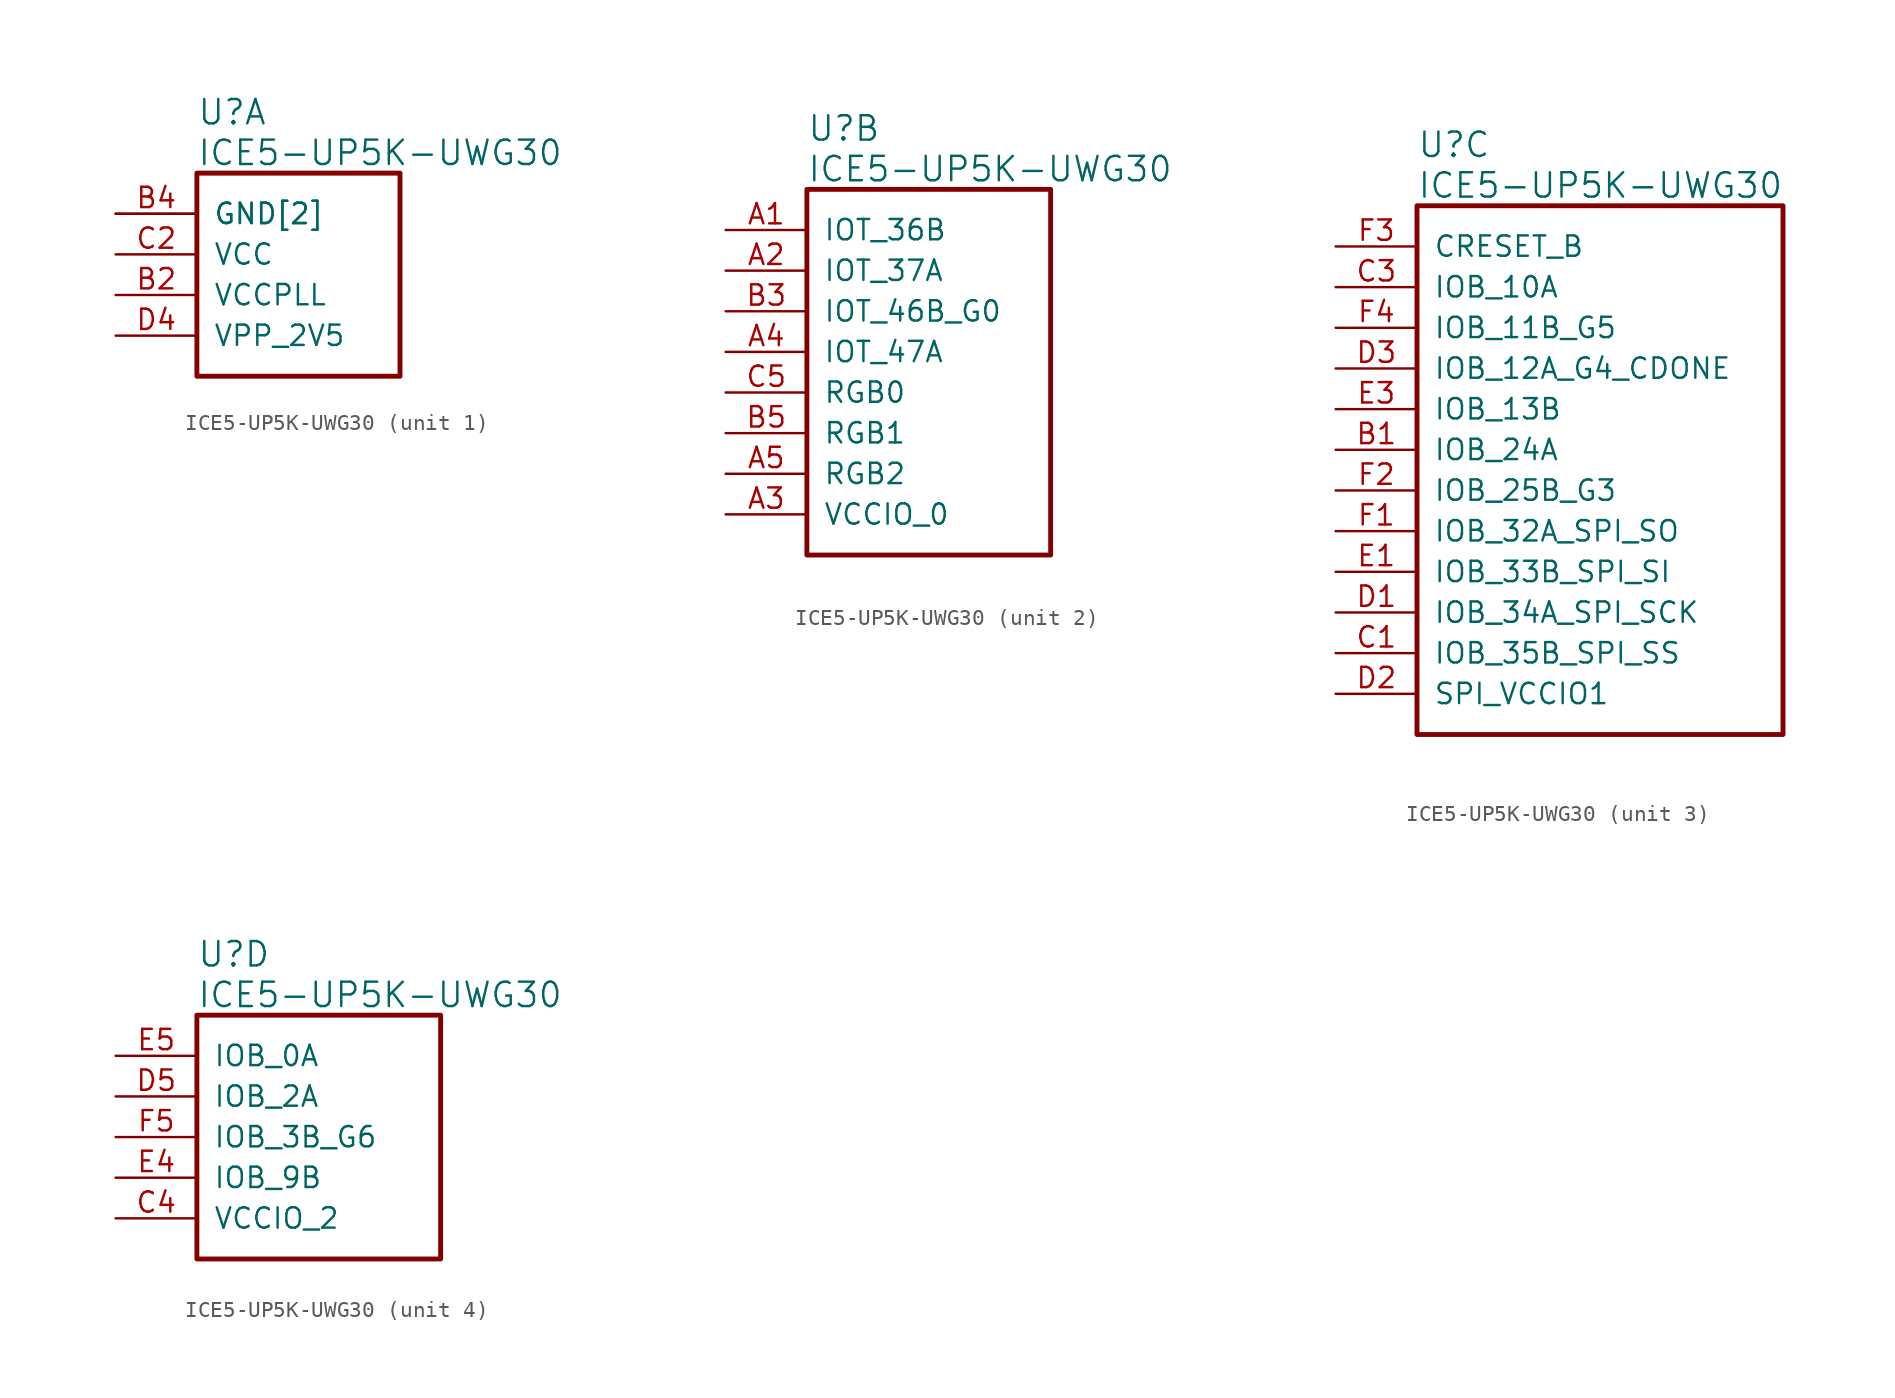
<source format=kicad_sym>
(kicad_symbol_lib
  (version 20241209)
  (generator "kicad_symbol_editor")
  (generator_version "9.0")
  (symbol "ICE5-UP5K-UWG30"
    (pin_names
      (offset 1.016))
    (property "Reference" "U"
      (at 5.08 6.35 0)
      (effects (font (size 1.524 1.524)) (justify left)))
    (property "Value" "ICE5-UP5K-UWG30"
      (at 5.08 3.81 0)
      (effects (font (size 1.524 1.524)) (justify left)))
    (property "ki_locked" ""
      (at 0 0 0)
      (effects (font (size 1.27 1.27))))
    (symbol "ICE5-UP5K-UWG30_1_1"
      (rectangle (start 5.08 2.54) (end 17.78 -10.16) (stroke (width 0.305) (type solid)) (fill (type none)))
      (pin power_in line (at 0 0 0) (length 5.08) (name "GND[2]" (effects (font (size 1.27 1.27)))) (number "B4" (effects (font (size 1.27 1.27)))))
      (pin power_in line (at 0 0 0) (length 5.08) (name "GND[2]" (effects (font (size 1.27 1.27)))) (number "E2" (effects (font (size 0 0)))))
      (pin power_in line (at 0 -2.54 0) (length 5.08) (name "VCC" (effects (font (size 1.27 1.27)))) (number "C2" (effects (font (size 1.27 1.27)))))
      (pin power_in line (at 0 -5.08 0) (length 5.08) (name "VCCPLL" (effects (font (size 1.27 1.27)))) (number "B2" (effects (font (size 1.27 1.27)))))
      (pin power_in line (at 0 -7.62 0) (length 5.08) (name "VPP_2V5" (effects (font (size 1.27 1.27)))) (number "D4" (effects (font (size 1.27 1.27))))))
    (symbol "ICE5-UP5K-UWG30_2_1"
      (rectangle (start 5.08 2.54) (end 20.32 -20.32) (stroke (width 0.305) (type solid)) (fill (type none)))
      (pin bidirectional line (at 0 0 0) (length 5.08) (name "IOT_36B" (effects (font (size 1.27 1.27)))) (number "A1" (effects (font (size 1.27 1.27)))))
      (pin bidirectional line (at 0 -2.54 0) (length 5.08) (name "IOT_37A" (effects (font (size 1.27 1.27)))) (number "A2" (effects (font (size 1.27 1.27)))))
      (pin bidirectional line (at 0 -5.08 0) (length 5.08) (name "IOT_46B_G0" (effects (font (size 1.27 1.27)))) (number "B3" (effects (font (size 1.27 1.27)))))
      (pin bidirectional line (at 0 -7.62 0) (length 5.08) (name "IOT_47A" (effects (font (size 1.27 1.27)))) (number "A4" (effects (font (size 1.27 1.27)))))
      (pin bidirectional line (at 0 -10.16 0) (length 5.08) (name "RGB0" (effects (font (size 1.27 1.27)))) (number "C5" (effects (font (size 1.27 1.27)))))
      (pin bidirectional line (at 0 -12.7 0) (length 5.08) (name "RGB1" (effects (font (size 1.27 1.27)))) (number "B5" (effects (font (size 1.27 1.27)))))
      (pin bidirectional line (at 0 -15.24 0) (length 5.08) (name "RGB2" (effects (font (size 1.27 1.27)))) (number "A5" (effects (font (size 1.27 1.27)))))
      (pin power_in line (at 0 -17.78 0) (length 5.08) (name "VCCIO_0" (effects (font (size 1.27 1.27)))) (number "A3" (effects (font (size 1.27 1.27))))))
    (symbol "ICE5-UP5K-UWG30_3_1"
      (rectangle (start 5.08 2.54) (end 27.94 -30.48) (stroke (width 0.305) (type solid)) (fill (type none)))
      (pin input line (at 0 0 0) (length 5.08) (name "CRESET_B" (effects (font (size 1.27 1.27)))) (number "F3" (effects (font (size 1.27 1.27)))))
      (pin bidirectional line (at 0 -2.54 0) (length 5.08) (name "IOB_10A" (effects (font (size 1.27 1.27)))) (number "C3" (effects (font (size 1.27 1.27)))))
      (pin bidirectional line (at 0 -5.08 0) (length 5.08) (name "IOB_11B_G5" (effects (font (size 1.27 1.27)))) (number "F4" (effects (font (size 1.27 1.27)))))
      (pin bidirectional line (at 0 -7.62 0) (length 5.08) (name "IOB_12A_G4_CDONE" (effects (font (size 1.27 1.27)))) (number "D3" (effects (font (size 1.27 1.27)))))
      (pin bidirectional line (at 0 -10.16 0) (length 5.08) (name "IOB_13B" (effects (font (size 1.27 1.27)))) (number "E3" (effects (font (size 1.27 1.27)))))
      (pin bidirectional line (at 0 -12.7 0) (length 5.08) (name "IOB_24A" (effects (font (size 1.27 1.27)))) (number "B1" (effects (font (size 1.27 1.27)))))
      (pin bidirectional line (at 0 -15.24 0) (length 5.08) (name "IOB_25B_G3" (effects (font (size 1.27 1.27)))) (number "F2" (effects (font (size 1.27 1.27)))))
      (pin bidirectional line (at 0 -17.78 0) (length 5.08) (name "IOB_32A_SPI_SO" (effects (font (size 1.27 1.27)))) (number "F1" (effects (font (size 1.27 1.27)))))
      (pin bidirectional line (at 0 -20.32 0) (length 5.08) (name "IOB_33B_SPI_SI" (effects (font (size 1.27 1.27)))) (number "E1" (effects (font (size 1.27 1.27)))))
      (pin bidirectional line (at 0 -22.86 0) (length 5.08) (name "IOB_34A_SPI_SCK" (effects (font (size 1.27 1.27)))) (number "D1" (effects (font (size 1.27 1.27)))))
      (pin bidirectional line (at 0 -25.4 0) (length 5.08) (name "IOB_35B_SPI_SS" (effects (font (size 1.27 1.27)))) (number "C1" (effects (font (size 1.27 1.27)))))
      (pin power_in line (at 0 -27.94 0) (length 5.08) (name "SPI_VCCIO1" (effects (font (size 1.27 1.27)))) (number "D2" (effects (font (size 1.27 1.27))))))
    (symbol "ICE5-UP5K-UWG30_4_1"
      (rectangle (start 5.08 2.54) (end 20.32 -12.7) (stroke (width 0.305) (type solid)) (fill (type none)))
      (pin bidirectional line (at 0 0 0) (length 5.08) (name "IOB_0A" (effects (font (size 1.27 1.27)))) (number "E5" (effects (font (size 1.27 1.27)))))
      (pin bidirectional line (at 0 -2.54 0) (length 5.08) (name "IOB_2A" (effects (font (size 1.27 1.27)))) (number "D5" (effects (font (size 1.27 1.27)))))
      (pin bidirectional line (at 0 -5.08 0) (length 5.08) (name "IOB_3B_G6" (effects (font (size 1.27 1.27)))) (number "F5" (effects (font (size 1.27 1.27)))))
      (pin bidirectional line (at 0 -7.62 0) (length 5.08) (name "IOB_9B" (effects (font (size 1.27 1.27)))) (number "E4" (effects (font (size 1.27 1.27)))))
      (pin power_in line (at 0 -10.16 0) (length 5.08) (name "VCCIO_2" (effects (font (size 1.27 1.27)))) (number "C4" (effects (font (size 1.27 1.27))))))))
</source>
